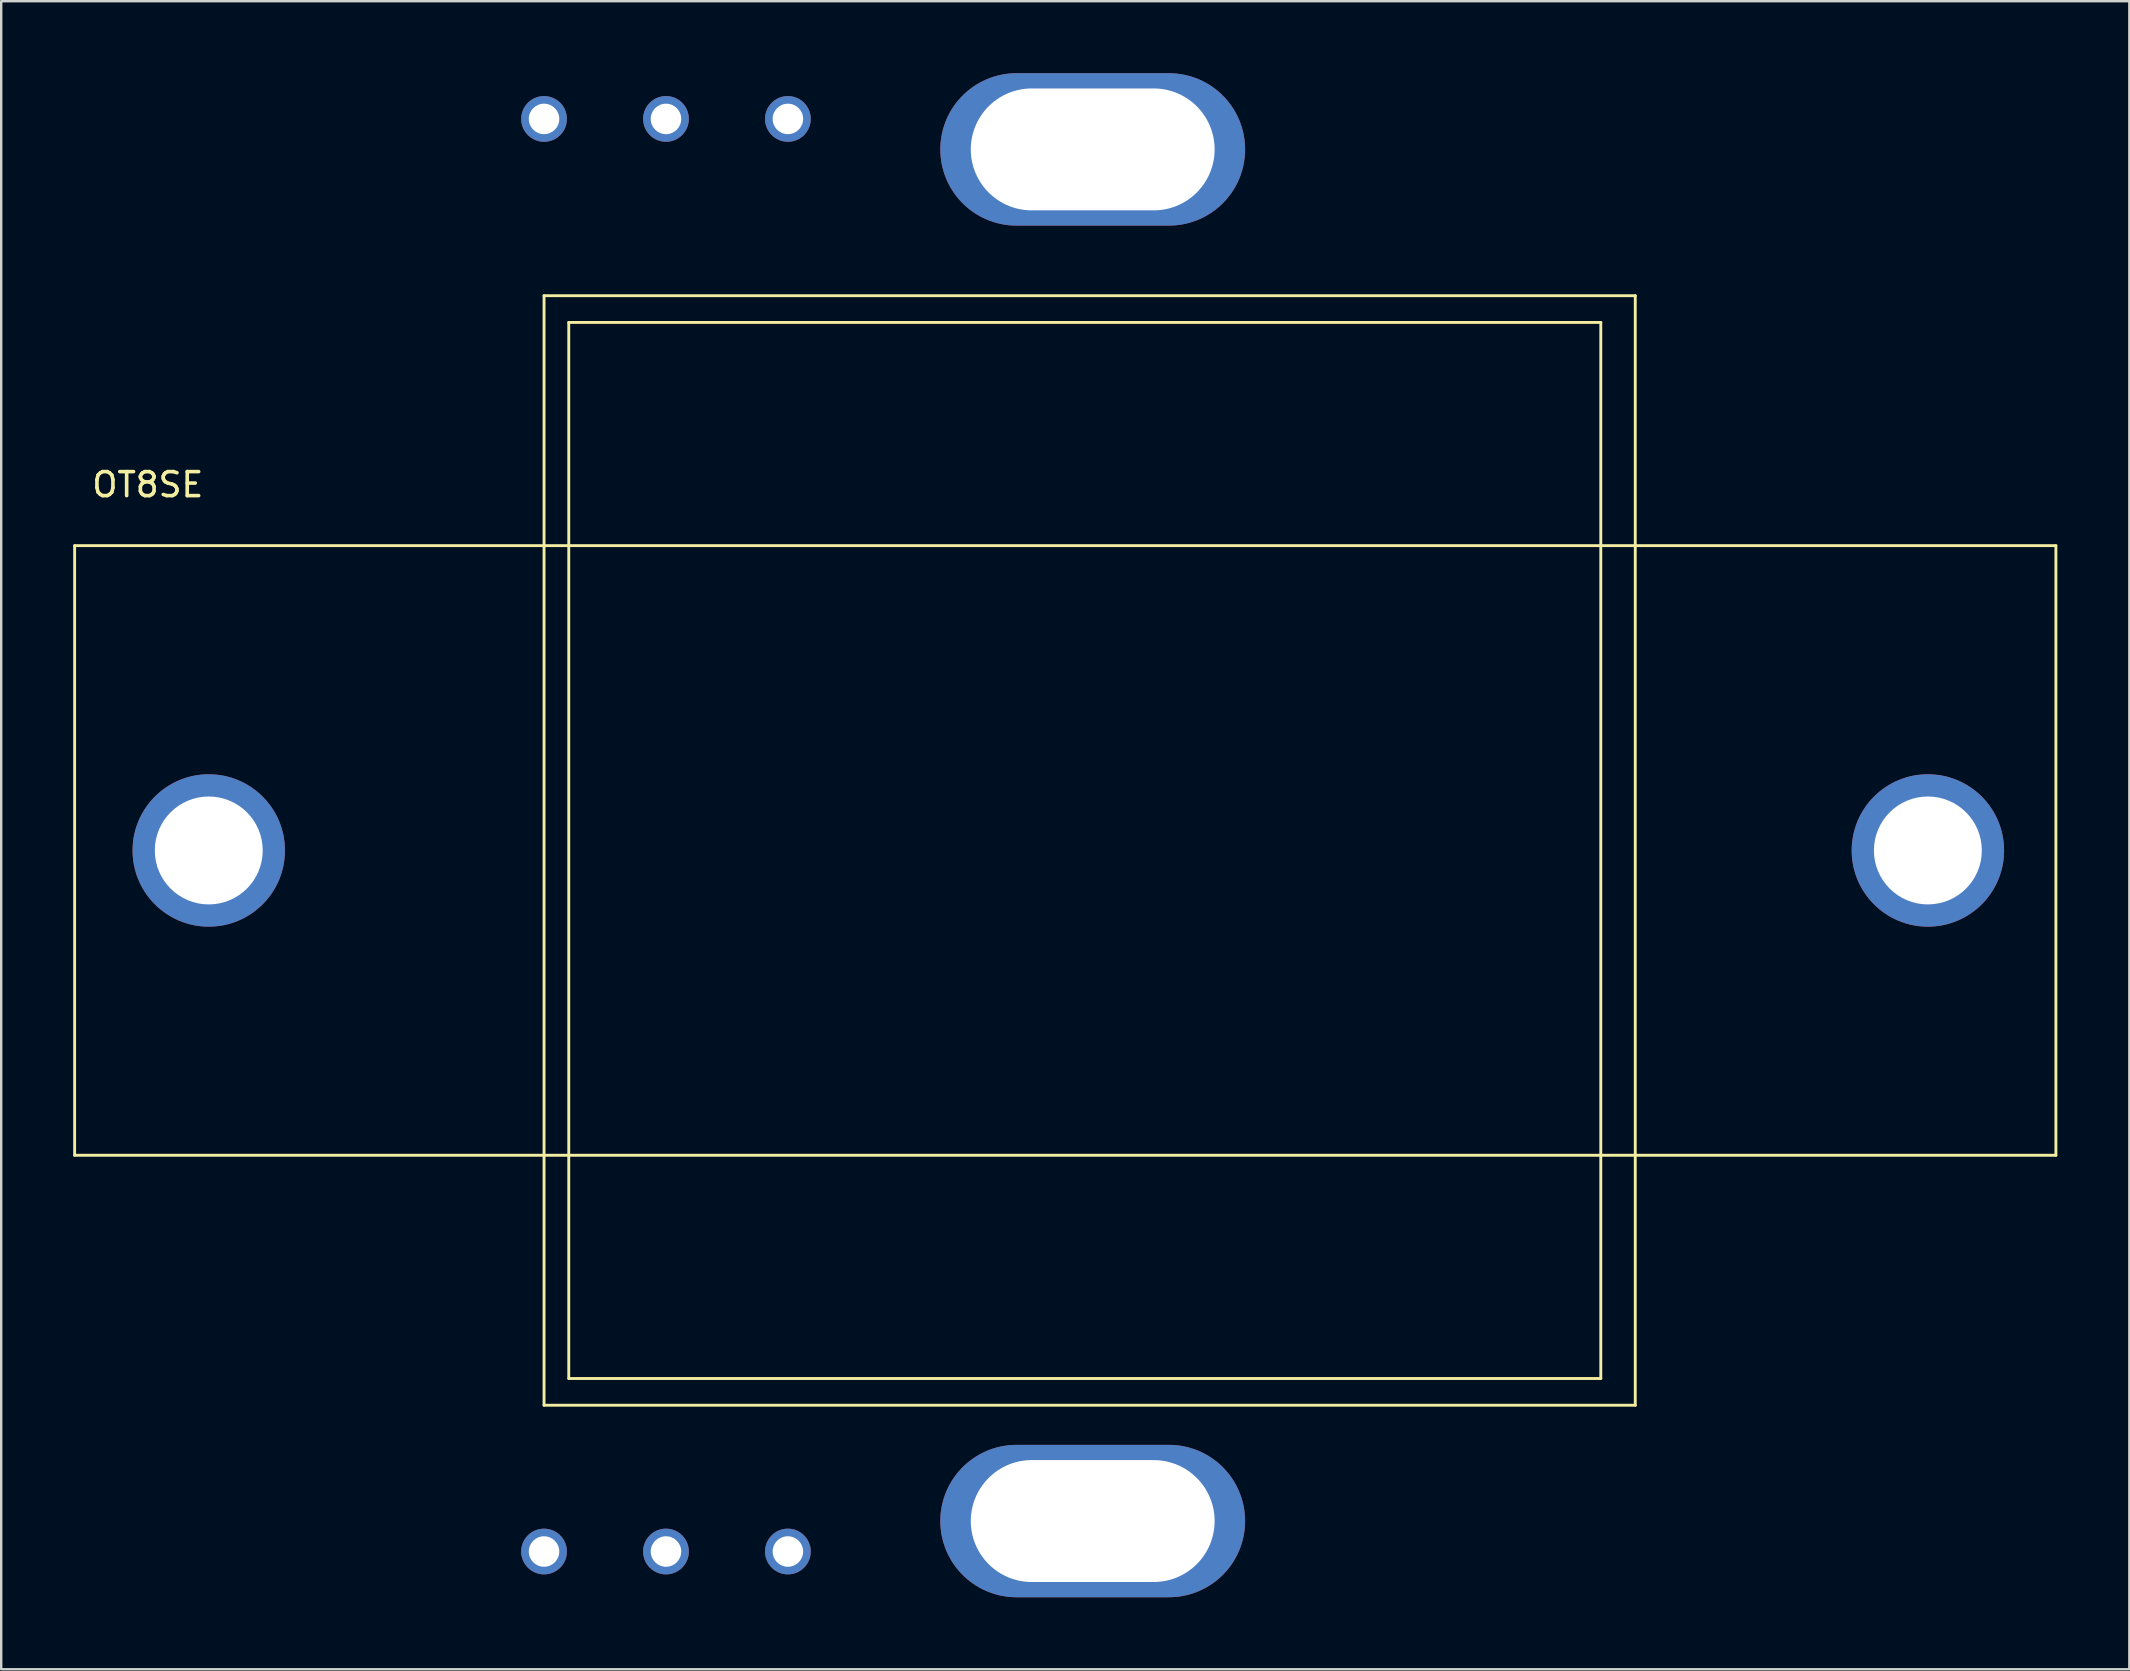
<source format=kicad_pcb>
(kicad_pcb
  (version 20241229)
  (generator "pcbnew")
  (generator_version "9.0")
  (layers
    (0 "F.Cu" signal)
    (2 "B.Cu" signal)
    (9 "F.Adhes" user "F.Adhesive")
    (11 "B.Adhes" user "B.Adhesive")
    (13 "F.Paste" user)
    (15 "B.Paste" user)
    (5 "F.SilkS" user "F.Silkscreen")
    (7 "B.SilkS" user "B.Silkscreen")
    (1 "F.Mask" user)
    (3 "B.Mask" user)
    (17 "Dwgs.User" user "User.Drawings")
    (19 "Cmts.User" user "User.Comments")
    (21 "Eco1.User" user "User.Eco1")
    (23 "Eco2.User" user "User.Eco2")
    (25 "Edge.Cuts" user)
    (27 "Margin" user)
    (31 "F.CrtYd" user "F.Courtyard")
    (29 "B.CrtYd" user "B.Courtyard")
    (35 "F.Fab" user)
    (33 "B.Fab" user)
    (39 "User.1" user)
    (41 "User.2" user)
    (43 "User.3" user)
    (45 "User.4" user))
  (footprint "OT8SE"
    (layer "F.Cu")
    (at 5.648 32.385)
    (property "Reference" "OT8SE" (at -2.54 -15.24 0) (layer "F.SilkS") (effects (font (size 1 1) (thickness 0.15))))
    (attr through_hole)
    (fp_line (start -5.588 -12.7) (end 76.962 -12.7) (stroke (width 0.12) (type solid)) (layer "F.SilkS"))
    (fp_line (start -5.588 12.7) (end -5.588 -12.7) (stroke (width 0.12) (type solid)) (layer "F.SilkS"))
    (fp_line (start 13.97 -23.114) (end 59.436 -23.114) (stroke (width 0.12) (type solid)) (layer "F.SilkS"))
    (fp_line (start 13.97 23.114) (end 13.97 -23.114) (stroke (width 0.12) (type solid)) (layer "F.SilkS"))
    (fp_line (start 15 -22) (end 58 -22) (stroke (width 0.12) (type solid)) (layer "F.SilkS"))
    (fp_line (start 15 22) (end 15 -22) (stroke (width 0.12) (type solid)) (layer "F.SilkS"))
    (fp_line (start 58 -22) (end 58 22) (stroke (width 0.12) (type solid)) (layer "F.SilkS"))
    (fp_line (start 58 22) (end 15 22) (stroke (width 0.12) (type solid)) (layer "F.SilkS"))
    (fp_line (start 59.436 -23.114) (end 59.436 23.114) (stroke (width 0.12) (type solid)) (layer "F.SilkS"))
    (fp_line (start 59.436 23.114) (end 13.97 23.114) (stroke (width 0.12) (type solid)) (layer "F.SilkS"))
    (fp_line (start 76.962 -12.7) (end 76.962 12.7) (stroke (width 0.12) (type solid)) (layer "F.SilkS"))
    (fp_line (start 76.962 12.7) (end -5.588 12.7) (stroke (width 0.12) (type solid)) (layer "F.SilkS"))
    (pad "1" thru_hole circle (at 24.13 -30.48) (size 1.905 1.905) (drill 1.27) (layers "*.Cu" "*.Mask"))
    (pad "2" thru_hole circle (at 19.05 -30.48) (size 1.905 1.905) (drill 1.27) (layers "*.Cu" "*.Mask"))
    (pad "3" thru_hole circle (at 13.97 -30.48) (size 1.905 1.905) (drill 1.27) (layers "*.Cu" "*.Mask"))
    (pad "4" thru_hole circle (at 13.97 29.21) (size 1.905 1.905) (drill 1.27) (layers "*.Cu" "*.Mask"))
    (pad "5" thru_hole circle (at 19.05 29.21) (size 1.905 1.905) (drill 1.27) (layers "*.Cu" "*.Mask"))
    (pad "6" thru_hole circle (at 24.13 29.21) (size 1.905 1.905) (drill 1.27) (layers "*.Cu" "*.Mask"))
    (pad "10" thru_hole circle (at 0 0) (size 6.35 6.35) (drill 4.496) (layers "*.Cu" "*.Mask"))
    (pad "11" thru_hole circle (at 71.628 0) (size 6.35 6.35) (drill 4.496) (layers "*.Cu" "*.Mask"))
    (pad "12" thru_hole oval (at 36.83 -29.21) (size 12.7 6.35) (drill oval 10.16 5.08) (layers "*.Cu" "*.Mask"))
    (pad "13" thru_hole oval (at 36.83 27.94) (size 12.7 6.35) (drill oval 10.16 5.08) (layers "*.Cu" "*.Mask")))
  (gr_rect
    (start -3 -3)
    (end 85.67 66.5)
    (stroke (width 0.1) (type default))
    (fill no)
    (layer "Edge.Cuts")))
</source>
